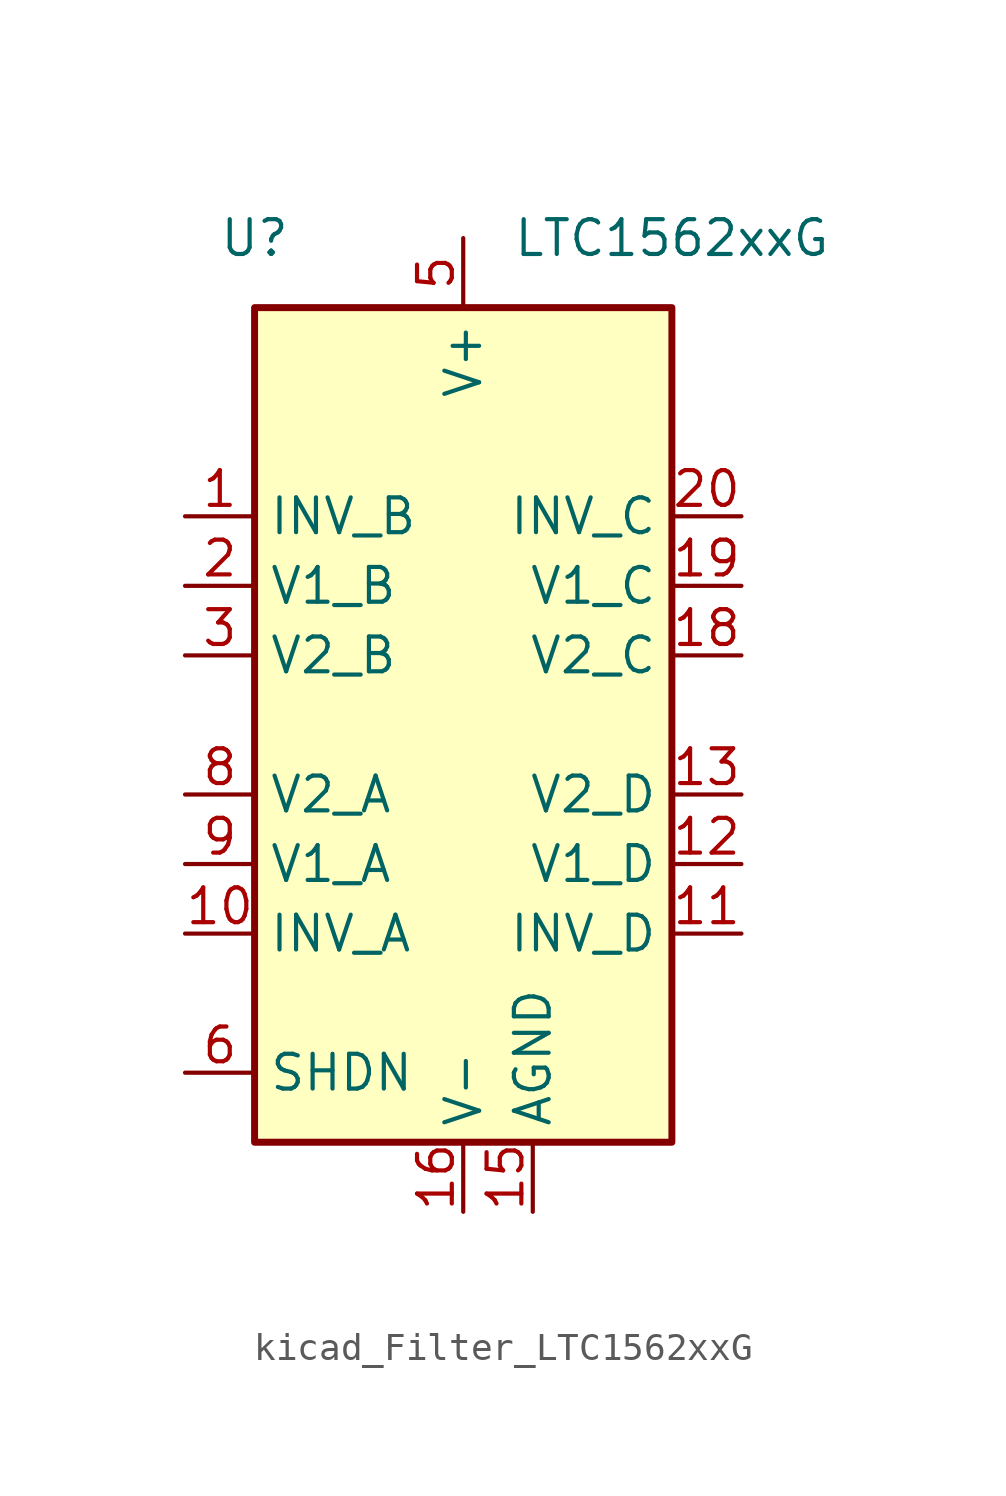
<source format=kicad_sym>
(kicad_symbol_lib
  (version 20220914)
  (generator kicad_symbol_editor)
  (symbol "kicad_Filter_LTC1562xxG"
    (property "Reference" "U"
      (at -7.62 17.78 0)
      (effects (font (size 1.27 1.27))))
    (property "Value" "LTC1562xxG"
      (at 7.62 17.78 0)
      (effects (font (size 1.27 1.27))))
    (symbol "kicad_Filter_LTC1562xxG_0_1"
      (rectangle (start -7.62 15.24) (end 7.62 -15.24) (stroke (width 0.254) (type default)) (fill (type background))))
    (symbol "kicad_Filter_LTC1562xxG_1_1"
      (pin input line (at -10.16 7.62 0) (length 2.54) (name "INV_B" (effects (font (size 1.27 1.27)))) (number "1" (effects (font (size 1.27 1.27)))))
      (pin input line (at -10.16 -7.62 0) (length 2.54) (name "INV_A" (effects (font (size 1.27 1.27)))) (number "10" (effects (font (size 1.27 1.27)))))
      (pin input line (at 10.16 -7.62 180) (length 2.54) (name "INV_D" (effects (font (size 1.27 1.27)))) (number "11" (effects (font (size 1.27 1.27)))))
      (pin output line (at 10.16 -5.08 180) (length 2.54) (name "V1_D" (effects (font (size 1.27 1.27)))) (number "12" (effects (font (size 1.27 1.27)))))
      (pin output line (at 10.16 -2.54 180) (length 2.54) (name "V2_D" (effects (font (size 1.27 1.27)))) (number "13" (effects (font (size 1.27 1.27)))))
      (pin passive line (at 0 -17.78 90) (length 2.54) hide (name "V-" (effects (font (size 1.27 1.27)))) (number "14" (effects (font (size 1.27 1.27)))))
      (pin power_in line (at 2.54 -17.78 90) (length 2.54) (name "AGND" (effects (font (size 1.27 1.27)))) (number "15" (effects (font (size 1.27 1.27)))))
      (pin power_in line (at 0 -17.78 90) (length 2.54) (name "V-" (effects (font (size 1.27 1.27)))) (number "16" (effects (font (size 1.27 1.27)))))
      (pin passive line (at 0 -17.78 90) (length 2.54) hide (name "V-" (effects (font (size 1.27 1.27)))) (number "17" (effects (font (size 1.27 1.27)))))
      (pin output line (at 10.16 2.54 180) (length 2.54) (name "V2_C" (effects (font (size 1.27 1.27)))) (number "18" (effects (font (size 1.27 1.27)))))
      (pin output line (at 10.16 5.08 180) (length 2.54) (name "V1_C" (effects (font (size 1.27 1.27)))) (number "19" (effects (font (size 1.27 1.27)))))
      (pin output line (at -10.16 5.08 0) (length 2.54) (name "V1_B" (effects (font (size 1.27 1.27)))) (number "2" (effects (font (size 1.27 1.27)))))
      (pin input line (at 10.16 7.62 180) (length 2.54) (name "INV_C" (effects (font (size 1.27 1.27)))) (number "20" (effects (font (size 1.27 1.27)))))
      (pin output line (at -10.16 2.54 0) (length 2.54) (name "V2_B" (effects (font (size 1.27 1.27)))) (number "3" (effects (font (size 1.27 1.27)))))
      (pin passive line (at 0 -17.78 90) (length 2.54) hide (name "V-" (effects (font (size 1.27 1.27)))) (number "4" (effects (font (size 1.27 1.27)))))
      (pin power_in line (at 0 17.78 270) (length 2.54) (name "V+" (effects (font (size 1.27 1.27)))) (number "5" (effects (font (size 1.27 1.27)))))
      (pin input line (at -10.16 -12.7 0) (length 2.54) (name "SHDN" (effects (font (size 1.27 1.27)))) (number "6" (effects (font (size 1.27 1.27)))))
      (pin passive line (at 0 -17.78 90) (length 2.54) hide (name "V-" (effects (font (size 1.27 1.27)))) (number "7" (effects (font (size 1.27 1.27)))))
      (pin output line (at -10.16 -2.54 0) (length 2.54) (name "V2_A" (effects (font (size 1.27 1.27)))) (number "8" (effects (font (size 1.27 1.27)))))
      (pin output line (at -10.16 -5.08 0) (length 2.54) (name "V1_A" (effects (font (size 1.27 1.27)))) (number "9" (effects (font (size 1.27 1.27))))))))
</source>
